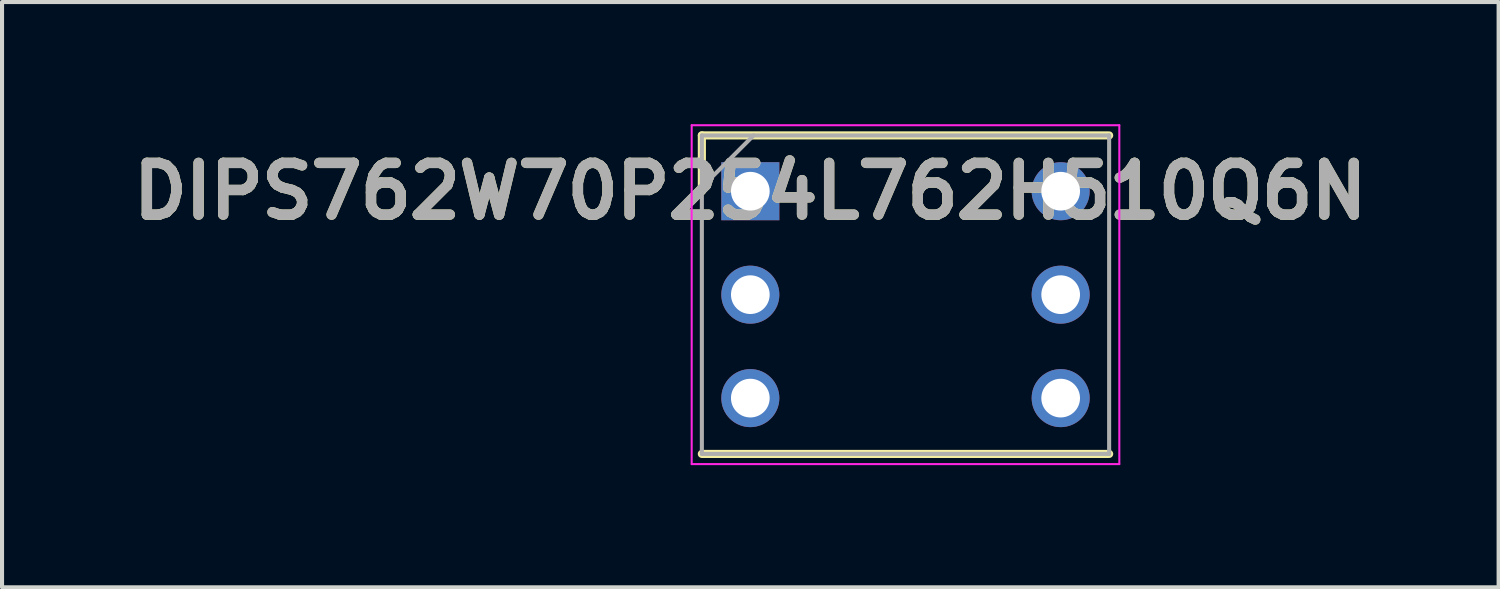
<source format=kicad_pcb>
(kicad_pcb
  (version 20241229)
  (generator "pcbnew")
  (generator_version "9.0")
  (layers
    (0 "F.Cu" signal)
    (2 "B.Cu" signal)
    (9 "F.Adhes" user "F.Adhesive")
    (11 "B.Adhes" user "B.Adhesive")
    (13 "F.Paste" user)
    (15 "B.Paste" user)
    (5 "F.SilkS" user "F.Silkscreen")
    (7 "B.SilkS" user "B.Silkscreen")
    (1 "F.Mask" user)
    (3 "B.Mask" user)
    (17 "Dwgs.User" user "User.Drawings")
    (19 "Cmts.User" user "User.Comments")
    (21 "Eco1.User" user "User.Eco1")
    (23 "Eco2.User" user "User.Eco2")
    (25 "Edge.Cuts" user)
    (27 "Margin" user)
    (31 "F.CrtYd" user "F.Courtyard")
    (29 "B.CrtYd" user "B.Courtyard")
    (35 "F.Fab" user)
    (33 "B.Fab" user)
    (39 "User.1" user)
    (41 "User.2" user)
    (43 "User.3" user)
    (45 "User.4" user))
  (footprint "DIPS762W70P254L762H510Q6N"
    (layer "F.Cu")
    (at 15.373 1.645)
    (property "Reference" "DIPS762W70P254L762H510Q6N" (at 0 0 0) (layer "F.SilkS") (effects (font (size 1.27 1.27) (thickness 0.254))))
    (attr through_hole)
    (fp_line (start -1.19 -1.37) (end -1.19 0) (stroke (width 0.2) (type solid)) (layer "F.SilkS"))
    (fp_line (start -1.19 6.45) (end 8.81 6.45) (stroke (width 0.2) (type solid)) (layer "F.SilkS"))
    (fp_line (start 8.81 -1.37) (end -1.19 -1.37) (stroke (width 0.2) (type solid)) (layer "F.SilkS"))
    (fp_line (start -1.44 -1.62) (end 9.06 -1.62) (stroke (width 0.05) (type solid)) (layer "F.CrtYd"))
    (fp_line (start -1.44 6.7) (end -1.44 -1.62) (stroke (width 0.05) (type solid)) (layer "F.CrtYd"))
    (fp_line (start 9.06 -1.62) (end 9.06 6.7) (stroke (width 0.05) (type solid)) (layer "F.CrtYd"))
    (fp_line (start 9.06 6.7) (end -1.44 6.7) (stroke (width 0.05) (type solid)) (layer "F.CrtYd"))
    (fp_line (start -1.19 -1.37) (end 8.81 -1.37) (stroke (width 0.1) (type solid)) (layer "F.Fab"))
    (fp_line (start -1.19 -0.1) (end 0.08 -1.37) (stroke (width 0.1) (type solid)) (layer "F.Fab"))
    (fp_line (start -1.19 6.45) (end -1.19 -1.37) (stroke (width 0.1) (type solid)) (layer "F.Fab"))
    (fp_line (start 8.81 -1.37) (end 8.81 6.45) (stroke (width 0.1) (type solid)) (layer "F.Fab"))
    (fp_line (start 8.81 6.45) (end -1.19 6.45) (stroke (width 0.1) (type solid)) (layer "F.Fab"))
    (fp_text user "${REFERENCE}" (at 0 0 0) (layer "F.Fab") (effects (font (size 1.27 1.27) (thickness 0.254))))
    (pad "1" thru_hole rect (at 0 0) (size 1.425 1.425) (drill 0.95) (layers "*.Cu" "*.Mask"))
    (pad "2" thru_hole circle (at 0 2.54) (size 1.425 1.425) (drill 0.95) (layers "*.Cu" "*.Mask"))
    (pad "3" thru_hole circle (at 0 5.08) (size 1.425 1.425) (drill 0.95) (layers "*.Cu" "*.Mask"))
    (pad "4" thru_hole circle (at 7.62 5.08) (size 1.425 1.425) (drill 0.95) (layers "*.Cu" "*.Mask"))
    (pad "5" thru_hole circle (at 7.62 2.54) (size 1.425 1.425) (drill 0.95) (layers "*.Cu" "*.Mask"))
    (pad "6" thru_hole circle (at 7.62 0) (size 1.425 1.425) (drill 0.95) (layers "*.Cu" "*.Mask")))
  (gr_rect
    (start -3 -3)
    (end 33.746 11.37)
    (stroke (width 0.1) (type default))
    (fill no)
    (layer "Edge.Cuts")))
</source>
